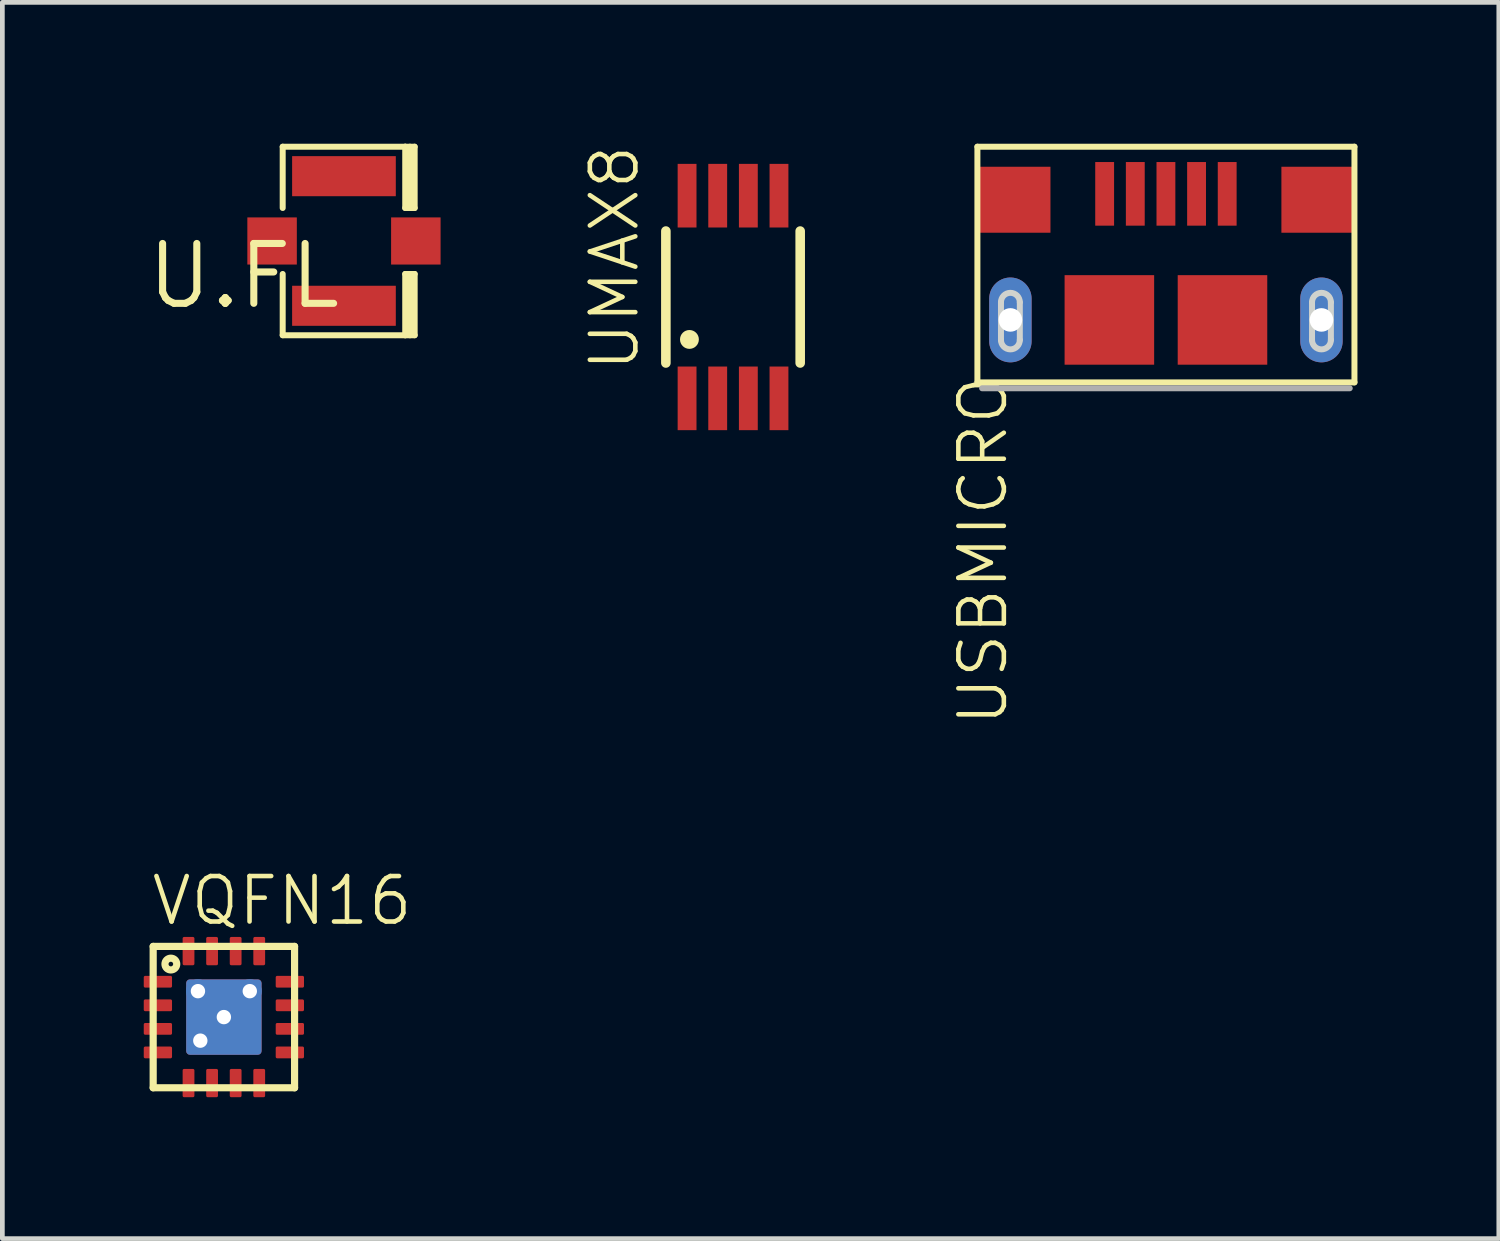
<source format=kicad_pcb>
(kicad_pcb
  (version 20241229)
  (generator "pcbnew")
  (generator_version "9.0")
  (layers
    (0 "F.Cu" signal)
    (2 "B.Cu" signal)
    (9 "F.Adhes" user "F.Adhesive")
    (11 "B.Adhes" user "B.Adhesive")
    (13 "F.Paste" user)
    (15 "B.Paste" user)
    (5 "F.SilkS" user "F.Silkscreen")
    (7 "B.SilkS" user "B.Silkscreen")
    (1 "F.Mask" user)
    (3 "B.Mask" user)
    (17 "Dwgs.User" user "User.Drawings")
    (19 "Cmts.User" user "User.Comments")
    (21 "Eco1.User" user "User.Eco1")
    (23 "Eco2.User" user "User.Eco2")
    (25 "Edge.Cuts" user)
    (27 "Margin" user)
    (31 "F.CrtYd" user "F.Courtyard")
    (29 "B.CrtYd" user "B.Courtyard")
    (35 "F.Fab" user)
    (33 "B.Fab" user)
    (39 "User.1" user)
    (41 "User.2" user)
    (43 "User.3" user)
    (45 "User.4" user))
  (footprint "USBMICRO"
    (layer "F.Cu")
    (at 21.688 1.063)
    (property "Reference" "USBMICRO" (at -4.445 3.81 270) (layer "F.SilkS") (effects (font (size 0.965 0.965) (thickness 0.097)) (justify right top)))
    (attr through_hole)
    (fp_line (start -4 -1) (end 4 -1) (stroke (width 0.127) (type solid)) (layer "F.SilkS"))
    (fp_line (start -4 4) (end -4 -1) (stroke (width 0.127) (type solid)) (layer "F.SilkS"))
    (fp_line (start 4 -1) (end 4 4) (stroke (width 0.127) (type solid)) (layer "F.SilkS"))
    (fp_line (start 4 4) (end -4 4) (stroke (width 0.127) (type solid)) (layer "F.SilkS"))
    (fp_line (start -3.5 3.1) (end -3.5 2.3) (stroke (width 0.127) (type solid)) (layer "Edge.Cuts"))
    (fp_line (start -3.1 2.3) (end -3.1 3.1) (stroke (width 0.127) (type solid)) (layer "Edge.Cuts"))
    (fp_line (start 3.1 2.3) (end 3.1 3.1) (stroke (width 0.127) (type solid)) (layer "Edge.Cuts"))
    (fp_line (start 3.5 2.3) (end 3.5 3.1) (stroke (width 0.127) (type solid)) (layer "Edge.Cuts"))
    (fp_arc (start -3.5 2.3) (mid -3.3 2.1) (end -3.1 2.3) (stroke (width 0.127) (type solid)) (layer "Edge.Cuts"))
    (fp_arc (start -3.1 3.1) (mid -3.3 3.3) (end -3.5 3.1) (stroke (width 0.127) (type solid)) (layer "Edge.Cuts"))
    (fp_arc (start 3.1 2.3) (mid 3.3 2.1) (end 3.5 2.3) (stroke (width 0.127) (type solid)) (layer "Edge.Cuts"))
    (fp_arc (start 3.5 3.1) (mid 3.3 3.3) (end 3.1 3.1) (stroke (width 0.127) (type solid)) (layer "Edge.Cuts"))
    (fp_line (start -3.9 4.125) (end 3.9 4.125) (stroke (width 0.127) (type solid)) (layer "F.Fab"))
    (pad "1" smd rect (at -1.3 0) (size 0.4 1.35) (layers "F.Cu" "F.Mask" "F.Paste"))
    (pad "2" smd rect (at -0.65 0) (size 0.4 1.35) (layers "F.Cu" "F.Mask" "F.Paste"))
    (pad "3" smd rect (at 0 0) (size 0.4 1.35) (layers "F.Cu" "F.Mask" "F.Paste"))
    (pad "4" smd rect (at 0.65 0) (size 0.4 1.35) (layers "F.Cu" "F.Mask" "F.Paste"))
    (pad "5" smd rect (at 1.3 0) (size 0.4 1.35) (layers "F.Cu" "F.Mask" "F.Paste"))
    (pad "S1" smd rect (at -3.25 0.125) (size 1.6 1.4) (layers "F.Cu" "F.Mask" "F.Paste"))
    (pad "S2" smd rect (at 3.25 0.125) (size 1.6 1.4) (layers "F.Cu" "F.Mask" "F.Paste"))
    (pad "S3" smd rect (at -1.2 2.675) (size 1.9 1.9) (layers "F.Cu" "F.Mask" "F.Paste"))
    (pad "S4" smd rect (at 1.2 2.675) (size 1.9 1.9) (layers "F.Cu" "F.Mask" "F.Paste"))
    (pad "S5" thru_hole oval (at -3.3 2.675 90) (size 1.8 0.9) (drill 0.5) (layers "*.Cu" "*.Mask"))
    (pad "S6" thru_hole oval (at 3.3 2.675 90) (size 1.8 0.9) (drill 0.5) (layers "*.Cu" "*.Mask")))
  (footprint "VQFN16"
    (layer "F.Cu")
    (at 1.7 18.53)
    (property "Reference" "VQFN16" (at -1.587 -1.905 180) (layer "F.SilkS") (effects (font (size 0.965 0.965) (thickness 0.097)) (justify left bottom)))
    (attr through_hole)
    (fp_line (start -1.5 -1.5) (end 1.5 -1.5) (stroke (width 0.152) (type solid)) (layer "F.SilkS"))
    (fp_line (start -1.5 1.5) (end -1.5 -1.5) (stroke (width 0.152) (type solid)) (layer "F.SilkS"))
    (fp_line (start 1.5 -1.5) (end 1.5 1.5) (stroke (width 0.152) (type solid)) (layer "F.SilkS"))
    (fp_line (start 1.5 1.5) (end -1.5 1.5) (stroke (width 0.152) (type solid)) (layer "F.SilkS"))
    (fp_circle (center -1.125 -1.125) (end -1 -1.125) (stroke (width 0.152) (type solid)) (fill no) (layer "F.SilkS"))
    (pad "1" smd roundrect (at -1.4 -0.75) (size 0.6 0.25) (layers "F.Cu" "F.Mask" "F.Paste") (roundrect_rratio 0.125))
    (pad "2" smd roundrect (at -1.4 -0.25) (size 0.6 0.25) (layers "F.Cu" "F.Mask" "F.Paste") (roundrect_rratio 0.125))
    (pad "3" smd roundrect (at -1.4 0.25) (size 0.6 0.25) (layers "F.Cu" "F.Mask" "F.Paste") (roundrect_rratio 0.125))
    (pad "4" smd roundrect (at -1.4 0.75) (size 0.6 0.25) (layers "F.Cu" "F.Mask" "F.Paste") (roundrect_rratio 0.125))
    (pad "5" smd roundrect (at -0.75 1.4 90) (size 0.6 0.25) (layers "F.Cu" "F.Mask" "F.Paste") (roundrect_rratio 0.125))
    (pad "6" smd roundrect (at -0.25 1.4 90) (size 0.6 0.25) (layers "F.Cu" "F.Mask" "F.Paste") (roundrect_rratio 0.125))
    (pad "7" smd roundrect (at 0.25 1.4 90) (size 0.6 0.25) (layers "F.Cu" "F.Mask" "F.Paste") (roundrect_rratio 0.125))
    (pad "8" smd roundrect (at 0.75 1.4 90) (size 0.6 0.25) (layers "F.Cu" "F.Mask" "F.Paste") (roundrect_rratio 0.125))
    (pad "9" smd roundrect (at 1.4 0.75 180) (size 0.6 0.25) (layers "F.Cu" "F.Mask" "F.Paste") (roundrect_rratio 0.125))
    (pad "10" smd roundrect (at 1.4 0.25 180) (size 0.6 0.25) (layers "F.Cu" "F.Mask" "F.Paste") (roundrect_rratio 0.125))
    (pad "11" smd roundrect (at 1.4 -0.25 180) (size 0.6 0.25) (layers "F.Cu" "F.Mask" "F.Paste") (roundrect_rratio 0.125))
    (pad "12" smd roundrect (at 1.4 -0.75 180) (size 0.6 0.25) (layers "F.Cu" "F.Mask" "F.Paste") (roundrect_rratio 0.125))
    (pad "13" smd roundrect (at 0.75 -1.4 270) (size 0.6 0.25) (layers "F.Cu" "F.Mask" "F.Paste") (roundrect_rratio 0.125))
    (pad "14" smd roundrect (at 0.25 -1.4 270) (size 0.6 0.25) (layers "F.Cu" "F.Mask" "F.Paste") (roundrect_rratio 0.125))
    (pad "15" smd roundrect (at -0.25 -1.4 270) (size 0.6 0.25) (layers "F.Cu" "F.Mask" "F.Paste") (roundrect_rratio 0.125))
    (pad "16" smd roundrect (at -0.75 -1.4 270) (size 0.6 0.25) (layers "F.Cu" "F.Mask" "F.Paste") (roundrect_rratio 0.125))
    (pad "17" smd roundrect (at 0 0) (size 1.6 1.6) (layers "F.Cu" "F.Mask" "F.Paste") (roundrect_rratio 0.05))
    (pad "17" smd roundrect (at 0 0) (size 1.6 1.6) (layers "B.Cu" "B.Mask" "B.Paste") (roundrect_rratio 0.05))
    (pad "V1" thru_hole circle (at -0.55 -0.55) (size 0.508 0.508) (drill 0.305) (layers "*.Cu" "*.Mask"))
    (pad "V2" thru_hole circle (at 0.55 -0.55) (size 0.508 0.508) (drill 0.305) (layers "*.Cu" "*.Mask"))
    (pad "V3" thru_hole circle (at -0.5 0.5) (size 0.508 0.508) (drill 0.305) (layers "*.Cu" "*.Mask"))
    (pad "V4" thru_hole circle (at 0 0) (size 0.508 0.508) (drill 0.305) (layers "*.Cu" "*.Mask")))
  (footprint "U.FL"
    (layer "F.Cu")
    (at 4.248 2.063)
    (property "Reference" "U.FL" (at 0 0 0) (layer "F.SilkS") (effects (font (size 1.27 1.27) (thickness 0.15)) (justify right top)))
    (attr through_hole)
    (fp_line (start -1.3 -0.7) (end -1.3 -2) (stroke (width 0.127) (type solid)) (layer "F.SilkS"))
    (fp_line (start -1.3 2) (end -1.3 0.7) (stroke (width 0.127) (type solid)) (layer "F.SilkS"))
    (fp_line (start -1.3 2) (end 1.3 2) (stroke (width 0.127) (type solid)) (layer "F.SilkS"))
    (fp_line (start 1.3 -2) (end -1.3 -2) (stroke (width 0.127) (type solid)) (layer "F.SilkS"))
    (fp_line (start 1.3 -0.7) (end 1.3 -2) (stroke (width 0.127) (type solid)) (layer "F.SilkS"))
    (fp_line (start 1.3 2) (end 1.3 0.7) (stroke (width 0.127) (type solid)) (layer "F.SilkS"))
    (fp_line (start 1.4 -0.7) (end 1.4 -2) (stroke (width 0.127) (type solid)) (layer "F.SilkS"))
    (fp_line (start 1.4 2) (end 1.4 0.7) (stroke (width 0.127) (type solid)) (layer "F.SilkS"))
    (fp_line (start 1.5 -2) (end 1.3 -2) (stroke (width 0.127) (type solid)) (layer "F.SilkS"))
    (fp_line (start 1.5 -0.7) (end 1.3 -0.7) (stroke (width 0.127) (type solid)) (layer "F.SilkS"))
    (fp_line (start 1.5 -0.7) (end 1.5 -2) (stroke (width 0.127) (type solid)) (layer "F.SilkS"))
    (fp_line (start 1.5 0.7) (end 1.3 0.7) (stroke (width 0.127) (type solid)) (layer "F.SilkS"))
    (fp_line (start 1.5 2) (end 1.3 2) (stroke (width 0.127) (type solid)) (layer "F.SilkS"))
    (fp_line (start 1.5 2) (end 1.5 0.7) (stroke (width 0.127) (type solid)) (layer "F.SilkS"))
    (pad "P$1" smd rect (at 0 -1.375) (size 2.2 0.85) (layers "F.Cu" "F.Mask" "F.Paste"))
    (pad "P$2" smd rect (at 0 1.375) (size 2.2 0.85) (layers "F.Cu" "F.Mask" "F.Paste"))
    (pad "P$3" smd rect (at 1.525 0) (size 1.05 1) (layers "F.Cu" "F.Mask" "F.Paste"))
    (pad "P$4" smd rect (at -1.525 0) (size 1.05 1) (layers "F.Cu" "F.Mask" "F.Paste")))
  (footprint "UMAX8"
    (layer "F.Cu")
    (at 12.178 3.252)
    (property "Reference" "UMAX8" (at -1.625 1.625 90) (layer "F.SilkS") (effects (font (size 0.965 0.965) (thickness 0.097)) (justify left bottom)))
    (attr through_hole)
    (fp_line (start -1.1 -1.4) (end -1.1 1.4) (stroke (width 0.203) (type solid)) (layer "F.SilkS"))
    (fp_line (start 1.75 1.4) (end 1.75 -1.4) (stroke (width 0.203) (type solid)) (layer "F.SilkS"))
    (fp_circle (center -0.6 0.9) (end -0.4 0.9) (stroke (width 0) (type solid)) (fill yes) (layer "F.SilkS"))
    (pad "1" smd rect (at -0.65 2.15) (size 0.4 1.35) (layers "F.Cu" "F.Mask" "F.Paste"))
    (pad "2" smd rect (at 0 2.15) (size 0.4 1.35) (layers "F.Cu" "F.Mask" "F.Paste"))
    (pad "3" smd rect (at 0.65 2.15) (size 0.4 1.35) (layers "F.Cu" "F.Mask" "F.Paste"))
    (pad "4" smd rect (at 1.3 2.15) (size 0.4 1.35) (layers "F.Cu" "F.Mask" "F.Paste"))
    (pad "5" smd rect (at 1.3 -2.15 180) (size 0.4 1.35) (layers "F.Cu" "F.Mask" "F.Paste"))
    (pad "6" smd rect (at 0.65 -2.15 180) (size 0.4 1.35) (layers "F.Cu" "F.Mask" "F.Paste"))
    (pad "7" smd rect (at 0 -2.15 180) (size 0.4 1.35) (layers "F.Cu" "F.Mask" "F.Paste"))
    (pad "8" smd rect (at -0.65 -2.15 180) (size 0.4 1.35) (layers "F.Cu" "F.Mask" "F.Paste")))
  (gr_rect
    (start -3 -3)
    (end 28.751 23.23)
    (stroke (width 0.1) (type default))
    (fill no)
    (layer "Edge.Cuts")))
</source>
